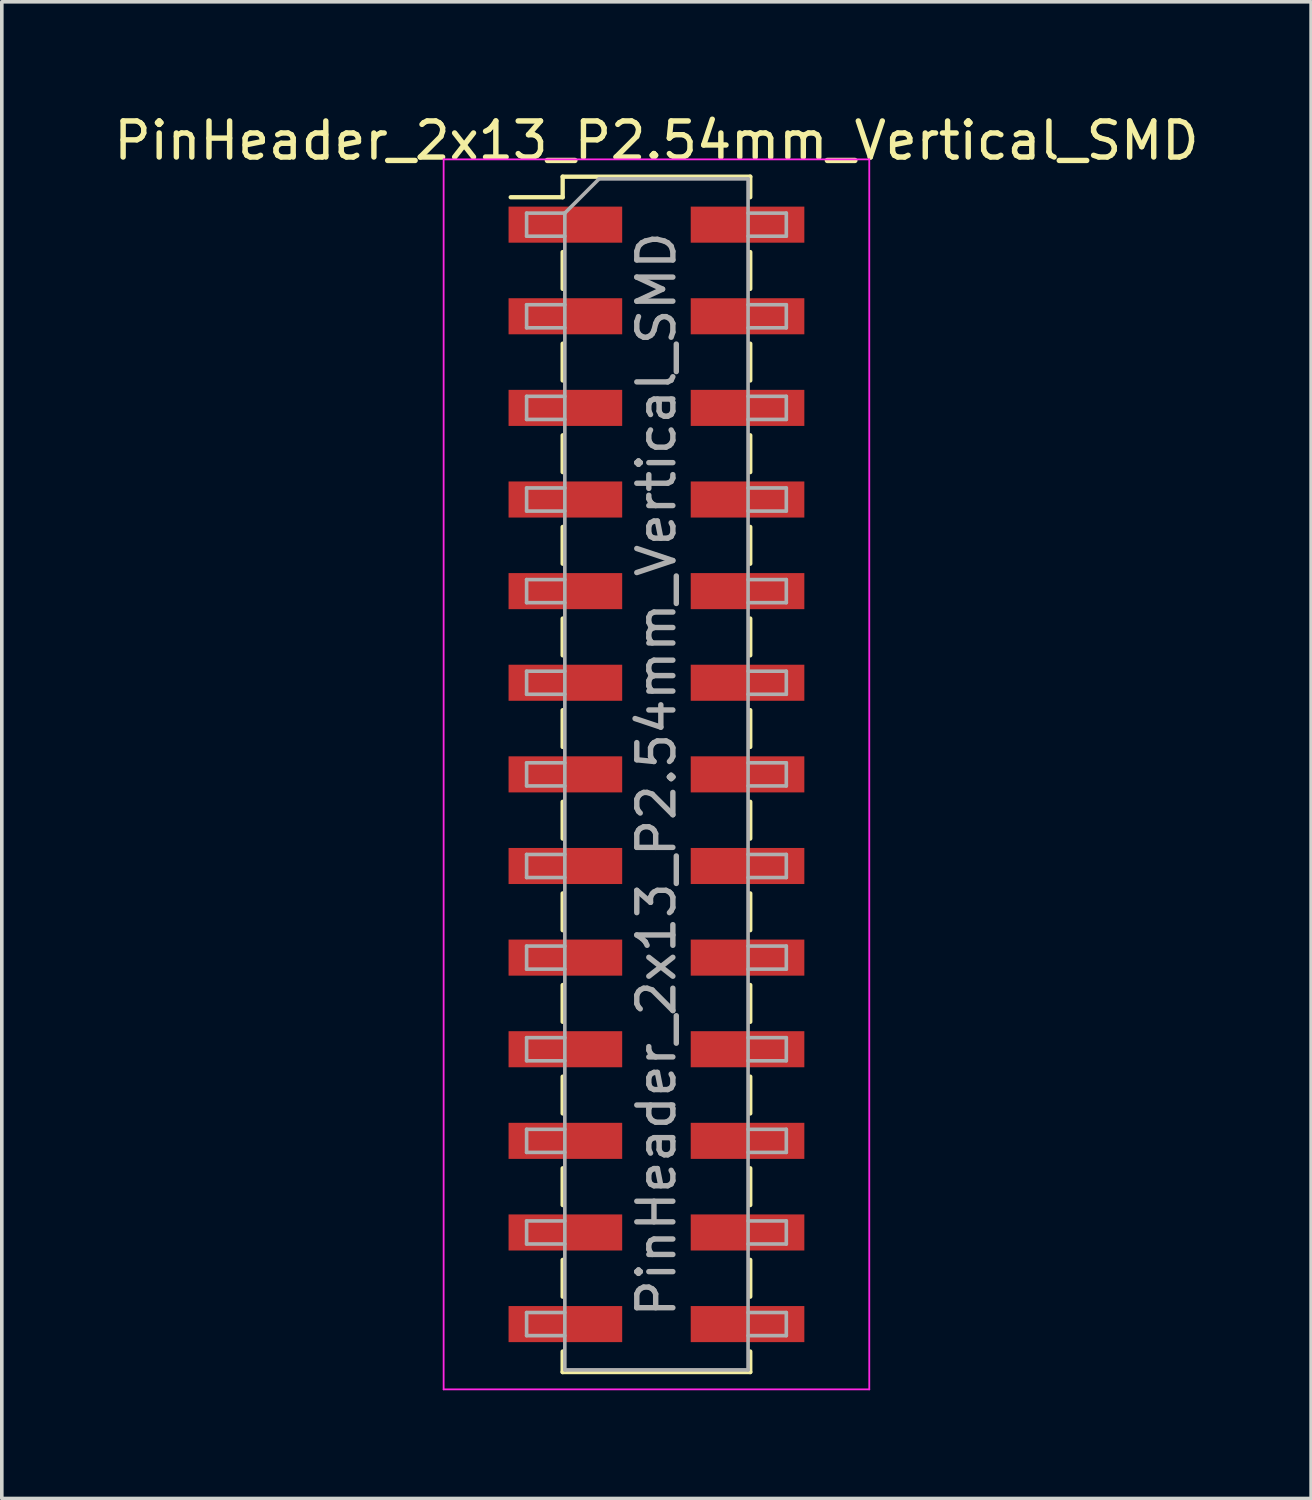
<source format=kicad_pcb>
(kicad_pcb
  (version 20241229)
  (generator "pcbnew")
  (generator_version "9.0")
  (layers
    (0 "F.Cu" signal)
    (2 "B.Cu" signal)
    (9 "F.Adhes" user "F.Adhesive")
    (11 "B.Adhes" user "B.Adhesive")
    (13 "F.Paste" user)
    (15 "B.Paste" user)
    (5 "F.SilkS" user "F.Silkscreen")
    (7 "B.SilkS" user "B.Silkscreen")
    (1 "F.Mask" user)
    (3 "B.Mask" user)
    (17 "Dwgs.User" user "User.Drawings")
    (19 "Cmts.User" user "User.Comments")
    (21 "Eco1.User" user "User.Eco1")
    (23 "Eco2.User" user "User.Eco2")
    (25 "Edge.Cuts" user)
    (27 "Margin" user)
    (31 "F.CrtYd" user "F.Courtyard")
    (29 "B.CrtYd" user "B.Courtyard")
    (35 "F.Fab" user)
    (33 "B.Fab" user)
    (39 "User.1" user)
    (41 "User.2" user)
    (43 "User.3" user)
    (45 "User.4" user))
  (footprint "PinHeader_2x13_P2.54mm_Vertical_SMD"
    (layer "F.Cu")
    (at 15.149 18.418)
    (property "Reference" "PinHeader_2x13_P2.54mm_Vertical_SMD" (at 0 -17.57 0) (layer "F.SilkS") (effects (font (size 1 1) (thickness 0.15))))
    (attr smd)
    (fp_line (start -4.04 -16) (end -2.6 -16) (stroke (width 0.12) (type solid)) (layer "F.SilkS"))
    (fp_line (start -2.6 -16.57) (end -2.6 -16) (stroke (width 0.12) (type solid)) (layer "F.SilkS"))
    (fp_line (start -2.6 -16.57) (end 2.6 -16.57) (stroke (width 0.12) (type solid)) (layer "F.SilkS"))
    (fp_line (start -2.6 -14.48) (end -2.6 -13.46) (stroke (width 0.12) (type solid)) (layer "F.SilkS"))
    (fp_line (start -2.6 -11.94) (end -2.6 -10.92) (stroke (width 0.12) (type solid)) (layer "F.SilkS"))
    (fp_line (start -2.6 -9.4) (end -2.6 -8.38) (stroke (width 0.12) (type solid)) (layer "F.SilkS"))
    (fp_line (start -2.6 -6.86) (end -2.6 -5.84) (stroke (width 0.12) (type solid)) (layer "F.SilkS"))
    (fp_line (start -2.6 -4.32) (end -2.6 -3.3) (stroke (width 0.12) (type solid)) (layer "F.SilkS"))
    (fp_line (start -2.6 -1.78) (end -2.6 -0.76) (stroke (width 0.12) (type solid)) (layer "F.SilkS"))
    (fp_line (start -2.6 0.76) (end -2.6 1.78) (stroke (width 0.12) (type solid)) (layer "F.SilkS"))
    (fp_line (start -2.6 3.3) (end -2.6 4.32) (stroke (width 0.12) (type solid)) (layer "F.SilkS"))
    (fp_line (start -2.6 5.84) (end -2.6 6.86) (stroke (width 0.12) (type solid)) (layer "F.SilkS"))
    (fp_line (start -2.6 8.38) (end -2.6 9.4) (stroke (width 0.12) (type solid)) (layer "F.SilkS"))
    (fp_line (start -2.6 10.92) (end -2.6 11.94) (stroke (width 0.12) (type solid)) (layer "F.SilkS"))
    (fp_line (start -2.6 13.46) (end -2.6 14.48) (stroke (width 0.12) (type solid)) (layer "F.SilkS"))
    (fp_line (start -2.6 16) (end -2.6 16.57) (stroke (width 0.12) (type solid)) (layer "F.SilkS"))
    (fp_line (start -2.6 16.57) (end 2.6 16.57) (stroke (width 0.12) (type solid)) (layer "F.SilkS"))
    (fp_line (start 2.6 -16.57) (end 2.6 -16) (stroke (width 0.12) (type solid)) (layer "F.SilkS"))
    (fp_line (start 2.6 -14.48) (end 2.6 -13.46) (stroke (width 0.12) (type solid)) (layer "F.SilkS"))
    (fp_line (start 2.6 -11.94) (end 2.6 -10.92) (stroke (width 0.12) (type solid)) (layer "F.SilkS"))
    (fp_line (start 2.6 -9.4) (end 2.6 -8.38) (stroke (width 0.12) (type solid)) (layer "F.SilkS"))
    (fp_line (start 2.6 -6.86) (end 2.6 -5.84) (stroke (width 0.12) (type solid)) (layer "F.SilkS"))
    (fp_line (start 2.6 -4.32) (end 2.6 -3.3) (stroke (width 0.12) (type solid)) (layer "F.SilkS"))
    (fp_line (start 2.6 -1.78) (end 2.6 -0.76) (stroke (width 0.12) (type solid)) (layer "F.SilkS"))
    (fp_line (start 2.6 0.76) (end 2.6 1.78) (stroke (width 0.12) (type solid)) (layer "F.SilkS"))
    (fp_line (start 2.6 3.3) (end 2.6 4.32) (stroke (width 0.12) (type solid)) (layer "F.SilkS"))
    (fp_line (start 2.6 5.84) (end 2.6 6.86) (stroke (width 0.12) (type solid)) (layer "F.SilkS"))
    (fp_line (start 2.6 8.38) (end 2.6 9.4) (stroke (width 0.12) (type solid)) (layer "F.SilkS"))
    (fp_line (start 2.6 10.92) (end 2.6 11.94) (stroke (width 0.12) (type solid)) (layer "F.SilkS"))
    (fp_line (start 2.6 13.46) (end 2.6 14.48) (stroke (width 0.12) (type solid)) (layer "F.SilkS"))
    (fp_line (start 2.6 16) (end 2.6 16.57) (stroke (width 0.12) (type solid)) (layer "F.SilkS"))
    (fp_line (start -5.9 -17.05) (end -5.9 17.05) (stroke (width 0.05) (type solid)) (layer "F.CrtYd"))
    (fp_line (start -5.9 17.05) (end 5.9 17.05) (stroke (width 0.05) (type solid)) (layer "F.CrtYd"))
    (fp_line (start 5.9 -17.05) (end -5.9 -17.05) (stroke (width 0.05) (type solid)) (layer "F.CrtYd"))
    (fp_line (start 5.9 17.05) (end 5.9 -17.05) (stroke (width 0.05) (type solid)) (layer "F.CrtYd"))
    (fp_line (start -3.6 -15.56) (end -3.6 -14.92) (stroke (width 0.1) (type solid)) (layer "F.Fab"))
    (fp_line (start -3.6 -14.92) (end -2.54 -14.92) (stroke (width 0.1) (type solid)) (layer "F.Fab"))
    (fp_line (start -3.6 -13.02) (end -3.6 -12.38) (stroke (width 0.1) (type solid)) (layer "F.Fab"))
    (fp_line (start -3.6 -12.38) (end -2.54 -12.38) (stroke (width 0.1) (type solid)) (layer "F.Fab"))
    (fp_line (start -3.6 -10.48) (end -3.6 -9.84) (stroke (width 0.1) (type solid)) (layer "F.Fab"))
    (fp_line (start -3.6 -9.84) (end -2.54 -9.84) (stroke (width 0.1) (type solid)) (layer "F.Fab"))
    (fp_line (start -3.6 -7.94) (end -3.6 -7.3) (stroke (width 0.1) (type solid)) (layer "F.Fab"))
    (fp_line (start -3.6 -7.3) (end -2.54 -7.3) (stroke (width 0.1) (type solid)) (layer "F.Fab"))
    (fp_line (start -3.6 -5.4) (end -3.6 -4.76) (stroke (width 0.1) (type solid)) (layer "F.Fab"))
    (fp_line (start -3.6 -4.76) (end -2.54 -4.76) (stroke (width 0.1) (type solid)) (layer "F.Fab"))
    (fp_line (start -3.6 -2.86) (end -3.6 -2.22) (stroke (width 0.1) (type solid)) (layer "F.Fab"))
    (fp_line (start -3.6 -2.22) (end -2.54 -2.22) (stroke (width 0.1) (type solid)) (layer "F.Fab"))
    (fp_line (start -3.6 -0.32) (end -3.6 0.32) (stroke (width 0.1) (type solid)) (layer "F.Fab"))
    (fp_line (start -3.6 0.32) (end -2.54 0.32) (stroke (width 0.1) (type solid)) (layer "F.Fab"))
    (fp_line (start -3.6 2.22) (end -3.6 2.86) (stroke (width 0.1) (type solid)) (layer "F.Fab"))
    (fp_line (start -3.6 2.86) (end -2.54 2.86) (stroke (width 0.1) (type solid)) (layer "F.Fab"))
    (fp_line (start -3.6 4.76) (end -3.6 5.4) (stroke (width 0.1) (type solid)) (layer "F.Fab"))
    (fp_line (start -3.6 5.4) (end -2.54 5.4) (stroke (width 0.1) (type solid)) (layer "F.Fab"))
    (fp_line (start -3.6 7.3) (end -3.6 7.94) (stroke (width 0.1) (type solid)) (layer "F.Fab"))
    (fp_line (start -3.6 7.94) (end -2.54 7.94) (stroke (width 0.1) (type solid)) (layer "F.Fab"))
    (fp_line (start -3.6 9.84) (end -3.6 10.48) (stroke (width 0.1) (type solid)) (layer "F.Fab"))
    (fp_line (start -3.6 10.48) (end -2.54 10.48) (stroke (width 0.1) (type solid)) (layer "F.Fab"))
    (fp_line (start -3.6 12.38) (end -3.6 13.02) (stroke (width 0.1) (type solid)) (layer "F.Fab"))
    (fp_line (start -3.6 13.02) (end -2.54 13.02) (stroke (width 0.1) (type solid)) (layer "F.Fab"))
    (fp_line (start -3.6 14.92) (end -3.6 15.56) (stroke (width 0.1) (type solid)) (layer "F.Fab"))
    (fp_line (start -3.6 15.56) (end -2.54 15.56) (stroke (width 0.1) (type solid)) (layer "F.Fab"))
    (fp_line (start -2.54 -15.56) (end -3.6 -15.56) (stroke (width 0.1) (type solid)) (layer "F.Fab"))
    (fp_line (start -2.54 -15.56) (end -1.59 -16.51) (stroke (width 0.1) (type solid)) (layer "F.Fab"))
    (fp_line (start -2.54 -13.02) (end -3.6 -13.02) (stroke (width 0.1) (type solid)) (layer "F.Fab"))
    (fp_line (start -2.54 -10.48) (end -3.6 -10.48) (stroke (width 0.1) (type solid)) (layer "F.Fab"))
    (fp_line (start -2.54 -7.94) (end -3.6 -7.94) (stroke (width 0.1) (type solid)) (layer "F.Fab"))
    (fp_line (start -2.54 -5.4) (end -3.6 -5.4) (stroke (width 0.1) (type solid)) (layer "F.Fab"))
    (fp_line (start -2.54 -2.86) (end -3.6 -2.86) (stroke (width 0.1) (type solid)) (layer "F.Fab"))
    (fp_line (start -2.54 -0.32) (end -3.6 -0.32) (stroke (width 0.1) (type solid)) (layer "F.Fab"))
    (fp_line (start -2.54 2.22) (end -3.6 2.22) (stroke (width 0.1) (type solid)) (layer "F.Fab"))
    (fp_line (start -2.54 4.76) (end -3.6 4.76) (stroke (width 0.1) (type solid)) (layer "F.Fab"))
    (fp_line (start -2.54 7.3) (end -3.6 7.3) (stroke (width 0.1) (type solid)) (layer "F.Fab"))
    (fp_line (start -2.54 9.84) (end -3.6 9.84) (stroke (width 0.1) (type solid)) (layer "F.Fab"))
    (fp_line (start -2.54 12.38) (end -3.6 12.38) (stroke (width 0.1) (type solid)) (layer "F.Fab"))
    (fp_line (start -2.54 14.92) (end -3.6 14.92) (stroke (width 0.1) (type solid)) (layer "F.Fab"))
    (fp_line (start -2.54 16.51) (end -2.54 -15.56) (stroke (width 0.1) (type solid)) (layer "F.Fab"))
    (fp_line (start -1.59 -16.51) (end 2.54 -16.51) (stroke (width 0.1) (type solid)) (layer "F.Fab"))
    (fp_line (start 2.54 -16.51) (end 2.54 16.51) (stroke (width 0.1) (type solid)) (layer "F.Fab"))
    (fp_line (start 2.54 -15.56) (end 3.6 -15.56) (stroke (width 0.1) (type solid)) (layer "F.Fab"))
    (fp_line (start 2.54 -13.02) (end 3.6 -13.02) (stroke (width 0.1) (type solid)) (layer "F.Fab"))
    (fp_line (start 2.54 -10.48) (end 3.6 -10.48) (stroke (width 0.1) (type solid)) (layer "F.Fab"))
    (fp_line (start 2.54 -7.94) (end 3.6 -7.94) (stroke (width 0.1) (type solid)) (layer "F.Fab"))
    (fp_line (start 2.54 -5.4) (end 3.6 -5.4) (stroke (width 0.1) (type solid)) (layer "F.Fab"))
    (fp_line (start 2.54 -2.86) (end 3.6 -2.86) (stroke (width 0.1) (type solid)) (layer "F.Fab"))
    (fp_line (start 2.54 -0.32) (end 3.6 -0.32) (stroke (width 0.1) (type solid)) (layer "F.Fab"))
    (fp_line (start 2.54 2.22) (end 3.6 2.22) (stroke (width 0.1) (type solid)) (layer "F.Fab"))
    (fp_line (start 2.54 4.76) (end 3.6 4.76) (stroke (width 0.1) (type solid)) (layer "F.Fab"))
    (fp_line (start 2.54 7.3) (end 3.6 7.3) (stroke (width 0.1) (type solid)) (layer "F.Fab"))
    (fp_line (start 2.54 9.84) (end 3.6 9.84) (stroke (width 0.1) (type solid)) (layer "F.Fab"))
    (fp_line (start 2.54 12.38) (end 3.6 12.38) (stroke (width 0.1) (type solid)) (layer "F.Fab"))
    (fp_line (start 2.54 14.92) (end 3.6 14.92) (stroke (width 0.1) (type solid)) (layer "F.Fab"))
    (fp_line (start 2.54 16.51) (end -2.54 16.51) (stroke (width 0.1) (type solid)) (layer "F.Fab"))
    (fp_line (start 3.6 -15.56) (end 3.6 -14.92) (stroke (width 0.1) (type solid)) (layer "F.Fab"))
    (fp_line (start 3.6 -14.92) (end 2.54 -14.92) (stroke (width 0.1) (type solid)) (layer "F.Fab"))
    (fp_line (start 3.6 -13.02) (end 3.6 -12.38) (stroke (width 0.1) (type solid)) (layer "F.Fab"))
    (fp_line (start 3.6 -12.38) (end 2.54 -12.38) (stroke (width 0.1) (type solid)) (layer "F.Fab"))
    (fp_line (start 3.6 -10.48) (end 3.6 -9.84) (stroke (width 0.1) (type solid)) (layer "F.Fab"))
    (fp_line (start 3.6 -9.84) (end 2.54 -9.84) (stroke (width 0.1) (type solid)) (layer "F.Fab"))
    (fp_line (start 3.6 -7.94) (end 3.6 -7.3) (stroke (width 0.1) (type solid)) (layer "F.Fab"))
    (fp_line (start 3.6 -7.3) (end 2.54 -7.3) (stroke (width 0.1) (type solid)) (layer "F.Fab"))
    (fp_line (start 3.6 -5.4) (end 3.6 -4.76) (stroke (width 0.1) (type solid)) (layer "F.Fab"))
    (fp_line (start 3.6 -4.76) (end 2.54 -4.76) (stroke (width 0.1) (type solid)) (layer "F.Fab"))
    (fp_line (start 3.6 -2.86) (end 3.6 -2.22) (stroke (width 0.1) (type solid)) (layer "F.Fab"))
    (fp_line (start 3.6 -2.22) (end 2.54 -2.22) (stroke (width 0.1) (type solid)) (layer "F.Fab"))
    (fp_line (start 3.6 -0.32) (end 3.6 0.32) (stroke (width 0.1) (type solid)) (layer "F.Fab"))
    (fp_line (start 3.6 0.32) (end 2.54 0.32) (stroke (width 0.1) (type solid)) (layer "F.Fab"))
    (fp_line (start 3.6 2.22) (end 3.6 2.86) (stroke (width 0.1) (type solid)) (layer "F.Fab"))
    (fp_line (start 3.6 2.86) (end 2.54 2.86) (stroke (width 0.1) (type solid)) (layer "F.Fab"))
    (fp_line (start 3.6 4.76) (end 3.6 5.4) (stroke (width 0.1) (type solid)) (layer "F.Fab"))
    (fp_line (start 3.6 5.4) (end 2.54 5.4) (stroke (width 0.1) (type solid)) (layer "F.Fab"))
    (fp_line (start 3.6 7.3) (end 3.6 7.94) (stroke (width 0.1) (type solid)) (layer "F.Fab"))
    (fp_line (start 3.6 7.94) (end 2.54 7.94) (stroke (width 0.1) (type solid)) (layer "F.Fab"))
    (fp_line (start 3.6 9.84) (end 3.6 10.48) (stroke (width 0.1) (type solid)) (layer "F.Fab"))
    (fp_line (start 3.6 10.48) (end 2.54 10.48) (stroke (width 0.1) (type solid)) (layer "F.Fab"))
    (fp_line (start 3.6 12.38) (end 3.6 13.02) (stroke (width 0.1) (type solid)) (layer "F.Fab"))
    (fp_line (start 3.6 13.02) (end 2.54 13.02) (stroke (width 0.1) (type solid)) (layer "F.Fab"))
    (fp_line (start 3.6 14.92) (end 3.6 15.56) (stroke (width 0.1) (type solid)) (layer "F.Fab"))
    (fp_line (start 3.6 15.56) (end 2.54 15.56) (stroke (width 0.1) (type solid)) (layer "F.Fab"))
    (fp_text user "${REFERENCE}" (at 0 0 90) (layer "F.Fab") (effects (font (size 1 1) (thickness 0.15))))
    (pad "1" smd rect (at -2.525 -15.24) (size 3.15 1) (layers "F.Cu" "F.Mask" "F.Paste"))
    (pad "2" smd rect (at 2.525 -15.24) (size 3.15 1) (layers "F.Cu" "F.Mask" "F.Paste"))
    (pad "3" smd rect (at -2.525 -12.7) (size 3.15 1) (layers "F.Cu" "F.Mask" "F.Paste"))
    (pad "4" smd rect (at 2.525 -12.7) (size 3.15 1) (layers "F.Cu" "F.Mask" "F.Paste"))
    (pad "5" smd rect (at -2.525 -10.16) (size 3.15 1) (layers "F.Cu" "F.Mask" "F.Paste"))
    (pad "6" smd rect (at 2.525 -10.16) (size 3.15 1) (layers "F.Cu" "F.Mask" "F.Paste"))
    (pad "7" smd rect (at -2.525 -7.62) (size 3.15 1) (layers "F.Cu" "F.Mask" "F.Paste"))
    (pad "8" smd rect (at 2.525 -7.62) (size 3.15 1) (layers "F.Cu" "F.Mask" "F.Paste"))
    (pad "9" smd rect (at -2.525 -5.08) (size 3.15 1) (layers "F.Cu" "F.Mask" "F.Paste"))
    (pad "10" smd rect (at 2.525 -5.08) (size 3.15 1) (layers "F.Cu" "F.Mask" "F.Paste"))
    (pad "11" smd rect (at -2.525 -2.54) (size 3.15 1) (layers "F.Cu" "F.Mask" "F.Paste"))
    (pad "12" smd rect (at 2.525 -2.54) (size 3.15 1) (layers "F.Cu" "F.Mask" "F.Paste"))
    (pad "13" smd rect (at -2.525 0) (size 3.15 1) (layers "F.Cu" "F.Mask" "F.Paste"))
    (pad "14" smd rect (at 2.525 0) (size 3.15 1) (layers "F.Cu" "F.Mask" "F.Paste"))
    (pad "15" smd rect (at -2.525 2.54) (size 3.15 1) (layers "F.Cu" "F.Mask" "F.Paste"))
    (pad "16" smd rect (at 2.525 2.54) (size 3.15 1) (layers "F.Cu" "F.Mask" "F.Paste"))
    (pad "17" smd rect (at -2.525 5.08) (size 3.15 1) (layers "F.Cu" "F.Mask" "F.Paste"))
    (pad "18" smd rect (at 2.525 5.08) (size 3.15 1) (layers "F.Cu" "F.Mask" "F.Paste"))
    (pad "19" smd rect (at -2.525 7.62) (size 3.15 1) (layers "F.Cu" "F.Mask" "F.Paste"))
    (pad "20" smd rect (at 2.525 7.62) (size 3.15 1) (layers "F.Cu" "F.Mask" "F.Paste"))
    (pad "21" smd rect (at -2.525 10.16) (size 3.15 1) (layers "F.Cu" "F.Mask" "F.Paste"))
    (pad "22" smd rect (at 2.525 10.16) (size 3.15 1) (layers "F.Cu" "F.Mask" "F.Paste"))
    (pad "23" smd rect (at -2.525 12.7) (size 3.15 1) (layers "F.Cu" "F.Mask" "F.Paste"))
    (pad "24" smd rect (at 2.525 12.7) (size 3.15 1) (layers "F.Cu" "F.Mask" "F.Paste"))
    (pad "25" smd rect (at -2.525 15.24) (size 3.15 1) (layers "F.Cu" "F.Mask" "F.Paste"))
    (pad "26" smd rect (at 2.525 15.24) (size 3.15 1) (layers "F.Cu" "F.Mask" "F.Paste")))
  (gr_rect
    (start -3 -3)
    (end 33.298 38.493)
    (stroke (width 0.1) (type default))
    (fill no)
    (layer "Edge.Cuts")))
</source>
